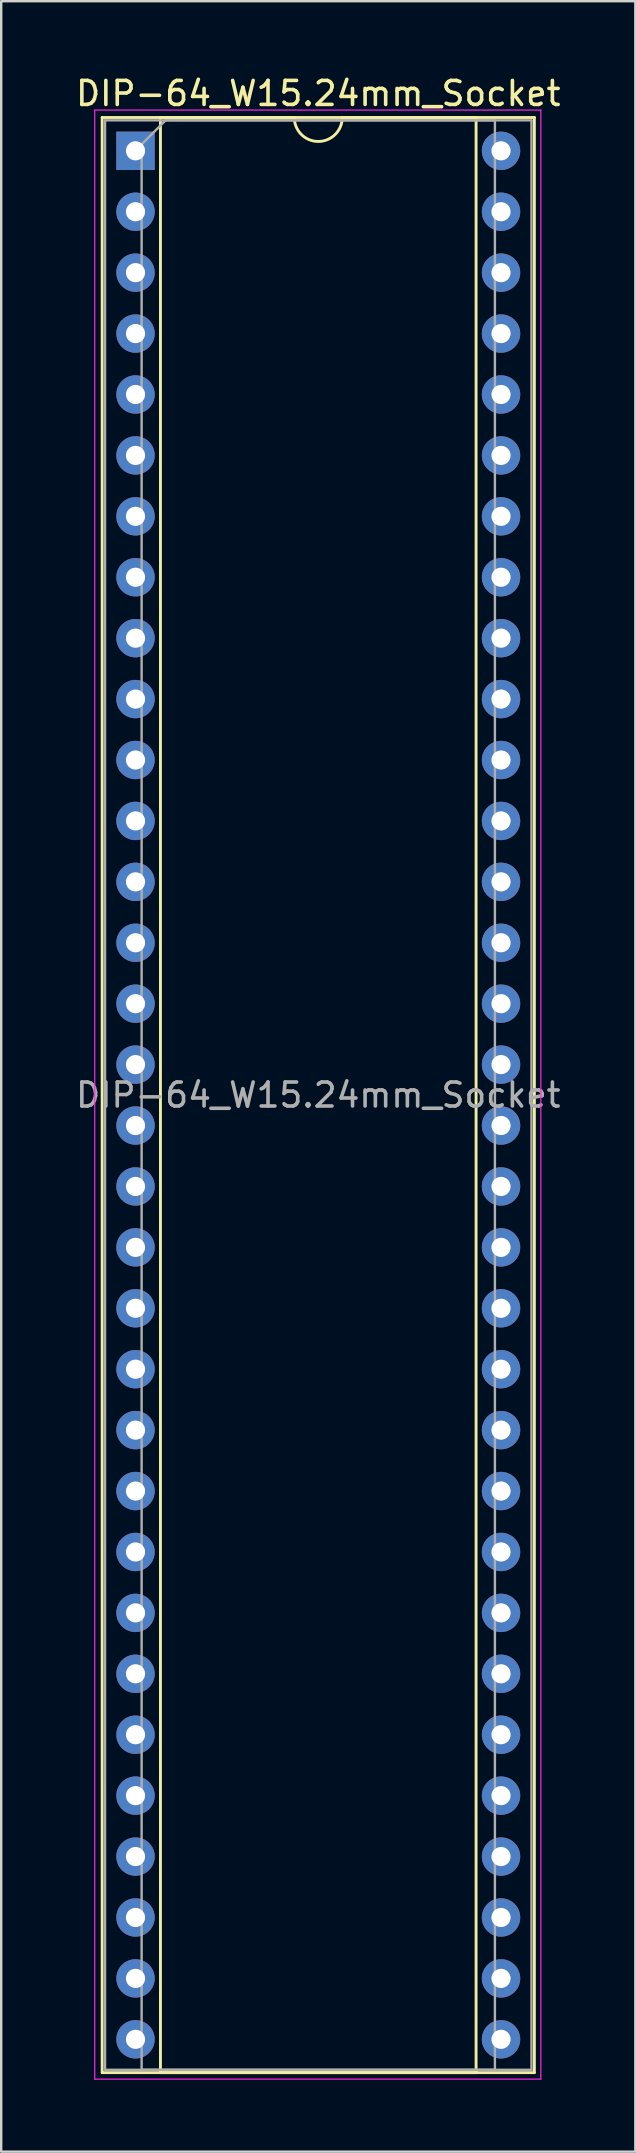
<source format=kicad_pcb>
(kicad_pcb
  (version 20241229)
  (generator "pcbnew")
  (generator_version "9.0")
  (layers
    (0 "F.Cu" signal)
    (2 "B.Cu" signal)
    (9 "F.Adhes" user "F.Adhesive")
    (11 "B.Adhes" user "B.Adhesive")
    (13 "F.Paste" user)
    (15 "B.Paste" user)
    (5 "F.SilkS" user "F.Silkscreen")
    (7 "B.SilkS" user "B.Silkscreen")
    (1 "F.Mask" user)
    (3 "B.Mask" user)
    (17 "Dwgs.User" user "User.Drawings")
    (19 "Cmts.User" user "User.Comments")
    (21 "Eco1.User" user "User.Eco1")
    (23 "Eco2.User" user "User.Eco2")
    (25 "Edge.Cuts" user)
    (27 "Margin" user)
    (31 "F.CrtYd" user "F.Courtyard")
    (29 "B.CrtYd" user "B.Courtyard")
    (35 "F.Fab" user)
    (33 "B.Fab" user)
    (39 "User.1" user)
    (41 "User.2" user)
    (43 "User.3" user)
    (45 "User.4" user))
  (footprint "DIP-64_W15.24mm_Socket"
    (layer "F.Cu")
    (at 2.6 3.238)
    (property "Reference" "DIP-64_W15.24mm_Socket" (at 7.62 -2.39 0) (layer "F.SilkS") (effects (font (size 1 1) (thickness 0.15))))
    (attr through_hole)
    (fp_line (start -1.39 -1.39) (end -1.39 80.13) (stroke (width 0.12) (type solid)) (layer "F.SilkS"))
    (fp_line (start -1.39 80.13) (end 16.63 80.13) (stroke (width 0.12) (type solid)) (layer "F.SilkS"))
    (fp_line (start 1.04 -1.39) (end 1.04 80.13) (stroke (width 0.12) (type solid)) (layer "F.SilkS"))
    (fp_line (start 1.04 80.13) (end 14.2 80.13) (stroke (width 0.12) (type solid)) (layer "F.SilkS"))
    (fp_line (start 6.62 -1.39) (end 1.04 -1.39) (stroke (width 0.12) (type solid)) (layer "F.SilkS"))
    (fp_line (start 14.2 -1.39) (end 8.62 -1.39) (stroke (width 0.12) (type solid)) (layer "F.SilkS"))
    (fp_line (start 14.2 80.13) (end 14.2 -1.39) (stroke (width 0.12) (type solid)) (layer "F.SilkS"))
    (fp_line (start 16.63 -1.39) (end -1.39 -1.39) (stroke (width 0.12) (type solid)) (layer "F.SilkS"))
    (fp_line (start 16.63 80.13) (end 16.63 -1.39) (stroke (width 0.12) (type solid)) (layer "F.SilkS"))
    (fp_arc (start 8.62 -1.39) (mid 7.62 -0.39) (end 6.62 -1.39) (stroke (width 0.12) (type solid)) (layer "F.SilkS"))
    (fp_line (start -1.7 -1.7) (end -1.7 80.4) (stroke (width 0.05) (type solid)) (layer "F.CrtYd"))
    (fp_line (start -1.7 80.4) (end 16.9 80.4) (stroke (width 0.05) (type solid)) (layer "F.CrtYd"))
    (fp_line (start 16.9 -1.7) (end -1.7 -1.7) (stroke (width 0.05) (type solid)) (layer "F.CrtYd"))
    (fp_line (start 16.9 80.4) (end 16.9 -1.7) (stroke (width 0.05) (type solid)) (layer "F.CrtYd"))
    (fp_line (start -1.27 -1.27) (end -1.27 80.01) (stroke (width 0.1) (type solid)) (layer "F.Fab"))
    (fp_line (start -1.27 80.01) (end 16.51 80.01) (stroke (width 0.1) (type solid)) (layer "F.Fab"))
    (fp_line (start 0.255 -0.27) (end 1.255 -1.27) (stroke (width 0.1) (type solid)) (layer "F.Fab"))
    (fp_line (start 0.255 80.01) (end 0.255 -0.27) (stroke (width 0.1) (type solid)) (layer "F.Fab"))
    (fp_line (start 1.255 -1.27) (end 14.985 -1.27) (stroke (width 0.1) (type solid)) (layer "F.Fab"))
    (fp_line (start 14.985 -1.27) (end 14.985 80.01) (stroke (width 0.1) (type solid)) (layer "F.Fab"))
    (fp_line (start 14.985 80.01) (end 0.255 80.01) (stroke (width 0.1) (type solid)) (layer "F.Fab"))
    (fp_line (start 16.51 -1.27) (end -1.27 -1.27) (stroke (width 0.1) (type solid)) (layer "F.Fab"))
    (fp_line (start 16.51 80.01) (end 16.51 -1.27) (stroke (width 0.1) (type solid)) (layer "F.Fab"))
    (fp_text user "${REFERENCE}" (at 7.62 39.37 0) (layer "F.Fab") (effects (font (size 1 1) (thickness 0.15))))
    (pad "1" thru_hole rect (at 0 0) (size 1.6 1.6) (drill 0.8) (layers "*.Cu" "*.Mask"))
    (pad "2" thru_hole oval (at 0 2.54) (size 1.6 1.6) (drill 0.8) (layers "*.Cu" "*.Mask"))
    (pad "3" thru_hole oval (at 0 5.08) (size 1.6 1.6) (drill 0.8) (layers "*.Cu" "*.Mask"))
    (pad "4" thru_hole oval (at 0 7.62) (size 1.6 1.6) (drill 0.8) (layers "*.Cu" "*.Mask"))
    (pad "5" thru_hole oval (at 0 10.16) (size 1.6 1.6) (drill 0.8) (layers "*.Cu" "*.Mask"))
    (pad "6" thru_hole oval (at 0 12.7) (size 1.6 1.6) (drill 0.8) (layers "*.Cu" "*.Mask"))
    (pad "7" thru_hole oval (at 0 15.24) (size 1.6 1.6) (drill 0.8) (layers "*.Cu" "*.Mask"))
    (pad "8" thru_hole oval (at 0 17.78) (size 1.6 1.6) (drill 0.8) (layers "*.Cu" "*.Mask"))
    (pad "9" thru_hole oval (at 0 20.32) (size 1.6 1.6) (drill 0.8) (layers "*.Cu" "*.Mask"))
    (pad "10" thru_hole oval (at 0 22.86) (size 1.6 1.6) (drill 0.8) (layers "*.Cu" "*.Mask"))
    (pad "11" thru_hole oval (at 0 25.4) (size 1.6 1.6) (drill 0.8) (layers "*.Cu" "*.Mask"))
    (pad "12" thru_hole oval (at 0 27.94) (size 1.6 1.6) (drill 0.8) (layers "*.Cu" "*.Mask"))
    (pad "13" thru_hole oval (at 0 30.48) (size 1.6 1.6) (drill 0.8) (layers "*.Cu" "*.Mask"))
    (pad "14" thru_hole oval (at 0 33.02) (size 1.6 1.6) (drill 0.8) (layers "*.Cu" "*.Mask"))
    (pad "15" thru_hole oval (at 0 35.56) (size 1.6 1.6) (drill 0.8) (layers "*.Cu" "*.Mask"))
    (pad "16" thru_hole oval (at 0 38.1) (size 1.6 1.6) (drill 0.8) (layers "*.Cu" "*.Mask"))
    (pad "17" thru_hole oval (at 0 40.64) (size 1.6 1.6) (drill 0.8) (layers "*.Cu" "*.Mask"))
    (pad "18" thru_hole oval (at 0 43.18) (size 1.6 1.6) (drill 0.8) (layers "*.Cu" "*.Mask"))
    (pad "19" thru_hole oval (at 0 45.72) (size 1.6 1.6) (drill 0.8) (layers "*.Cu" "*.Mask"))
    (pad "20" thru_hole oval (at 0 48.26) (size 1.6 1.6) (drill 0.8) (layers "*.Cu" "*.Mask"))
    (pad "21" thru_hole oval (at 0 50.8) (size 1.6 1.6) (drill 0.8) (layers "*.Cu" "*.Mask"))
    (pad "22" thru_hole oval (at 0 53.34) (size 1.6 1.6) (drill 0.8) (layers "*.Cu" "*.Mask"))
    (pad "23" thru_hole oval (at 0 55.88) (size 1.6 1.6) (drill 0.8) (layers "*.Cu" "*.Mask"))
    (pad "24" thru_hole oval (at 0 58.42) (size 1.6 1.6) (drill 0.8) (layers "*.Cu" "*.Mask"))
    (pad "25" thru_hole oval (at 0 60.96) (size 1.6 1.6) (drill 0.8) (layers "*.Cu" "*.Mask"))
    (pad "26" thru_hole oval (at 0 63.5) (size 1.6 1.6) (drill 0.8) (layers "*.Cu" "*.Mask"))
    (pad "27" thru_hole oval (at 0 66.04) (size 1.6 1.6) (drill 0.8) (layers "*.Cu" "*.Mask"))
    (pad "28" thru_hole oval (at 0 68.58) (size 1.6 1.6) (drill 0.8) (layers "*.Cu" "*.Mask"))
    (pad "29" thru_hole oval (at 0 71.12) (size 1.6 1.6) (drill 0.8) (layers "*.Cu" "*.Mask"))
    (pad "30" thru_hole oval (at 0 73.66) (size 1.6 1.6) (drill 0.8) (layers "*.Cu" "*.Mask"))
    (pad "31" thru_hole oval (at 0 76.2) (size 1.6 1.6) (drill 0.8) (layers "*.Cu" "*.Mask"))
    (pad "32" thru_hole oval (at 0 78.74) (size 1.6 1.6) (drill 0.8) (layers "*.Cu" "*.Mask"))
    (pad "33" thru_hole oval (at 15.24 78.74) (size 1.6 1.6) (drill 0.8) (layers "*.Cu" "*.Mask"))
    (pad "34" thru_hole oval (at 15.24 76.2) (size 1.6 1.6) (drill 0.8) (layers "*.Cu" "*.Mask"))
    (pad "35" thru_hole oval (at 15.24 73.66) (size 1.6 1.6) (drill 0.8) (layers "*.Cu" "*.Mask"))
    (pad "36" thru_hole oval (at 15.24 71.12) (size 1.6 1.6) (drill 0.8) (layers "*.Cu" "*.Mask"))
    (pad "37" thru_hole oval (at 15.24 68.58) (size 1.6 1.6) (drill 0.8) (layers "*.Cu" "*.Mask"))
    (pad "38" thru_hole oval (at 15.24 66.04) (size 1.6 1.6) (drill 0.8) (layers "*.Cu" "*.Mask"))
    (pad "39" thru_hole oval (at 15.24 63.5) (size 1.6 1.6) (drill 0.8) (layers "*.Cu" "*.Mask"))
    (pad "40" thru_hole oval (at 15.24 60.96) (size 1.6 1.6) (drill 0.8) (layers "*.Cu" "*.Mask"))
    (pad "41" thru_hole oval (at 15.24 58.42) (size 1.6 1.6) (drill 0.8) (layers "*.Cu" "*.Mask"))
    (pad "42" thru_hole oval (at 15.24 55.88) (size 1.6 1.6) (drill 0.8) (layers "*.Cu" "*.Mask"))
    (pad "43" thru_hole oval (at 15.24 53.34) (size 1.6 1.6) (drill 0.8) (layers "*.Cu" "*.Mask"))
    (pad "44" thru_hole oval (at 15.24 50.8) (size 1.6 1.6) (drill 0.8) (layers "*.Cu" "*.Mask"))
    (pad "45" thru_hole oval (at 15.24 48.26) (size 1.6 1.6) (drill 0.8) (layers "*.Cu" "*.Mask"))
    (pad "46" thru_hole oval (at 15.24 45.72) (size 1.6 1.6) (drill 0.8) (layers "*.Cu" "*.Mask"))
    (pad "47" thru_hole oval (at 15.24 43.18) (size 1.6 1.6) (drill 0.8) (layers "*.Cu" "*.Mask"))
    (pad "48" thru_hole oval (at 15.24 40.64) (size 1.6 1.6) (drill 0.8) (layers "*.Cu" "*.Mask"))
    (pad "49" thru_hole oval (at 15.24 38.1) (size 1.6 1.6) (drill 0.8) (layers "*.Cu" "*.Mask"))
    (pad "50" thru_hole oval (at 15.24 35.56) (size 1.6 1.6) (drill 0.8) (layers "*.Cu" "*.Mask"))
    (pad "51" thru_hole oval (at 15.24 33.02) (size 1.6 1.6) (drill 0.8) (layers "*.Cu" "*.Mask"))
    (pad "52" thru_hole oval (at 15.24 30.48) (size 1.6 1.6) (drill 0.8) (layers "*.Cu" "*.Mask"))
    (pad "53" thru_hole oval (at 15.24 27.94) (size 1.6 1.6) (drill 0.8) (layers "*.Cu" "*.Mask"))
    (pad "54" thru_hole oval (at 15.24 25.4) (size 1.6 1.6) (drill 0.8) (layers "*.Cu" "*.Mask"))
    (pad "55" thru_hole oval (at 15.24 22.86) (size 1.6 1.6) (drill 0.8) (layers "*.Cu" "*.Mask"))
    (pad "56" thru_hole oval (at 15.24 20.32) (size 1.6 1.6) (drill 0.8) (layers "*.Cu" "*.Mask"))
    (pad "57" thru_hole oval (at 15.24 17.78) (size 1.6 1.6) (drill 0.8) (layers "*.Cu" "*.Mask"))
    (pad "58" thru_hole oval (at 15.24 15.24) (size 1.6 1.6) (drill 0.8) (layers "*.Cu" "*.Mask"))
    (pad "59" thru_hole oval (at 15.24 12.7) (size 1.6 1.6) (drill 0.8) (layers "*.Cu" "*.Mask"))
    (pad "60" thru_hole oval (at 15.24 10.16) (size 1.6 1.6) (drill 0.8) (layers "*.Cu" "*.Mask"))
    (pad "61" thru_hole oval (at 15.24 7.62) (size 1.6 1.6) (drill 0.8) (layers "*.Cu" "*.Mask"))
    (pad "62" thru_hole oval (at 15.24 5.08) (size 1.6 1.6) (drill 0.8) (layers "*.Cu" "*.Mask"))
    (pad "63" thru_hole oval (at 15.24 2.54) (size 1.6 1.6) (drill 0.8) (layers "*.Cu" "*.Mask"))
    (pad "64" thru_hole oval (at 15.24 0) (size 1.6 1.6) (drill 0.8) (layers "*.Cu" "*.Mask")))
  (gr_rect
    (start -3 -3)
    (end 23.44 86.663)
    (stroke (width 0.1) (type default))
    (fill no)
    (layer "Edge.Cuts")))
</source>
